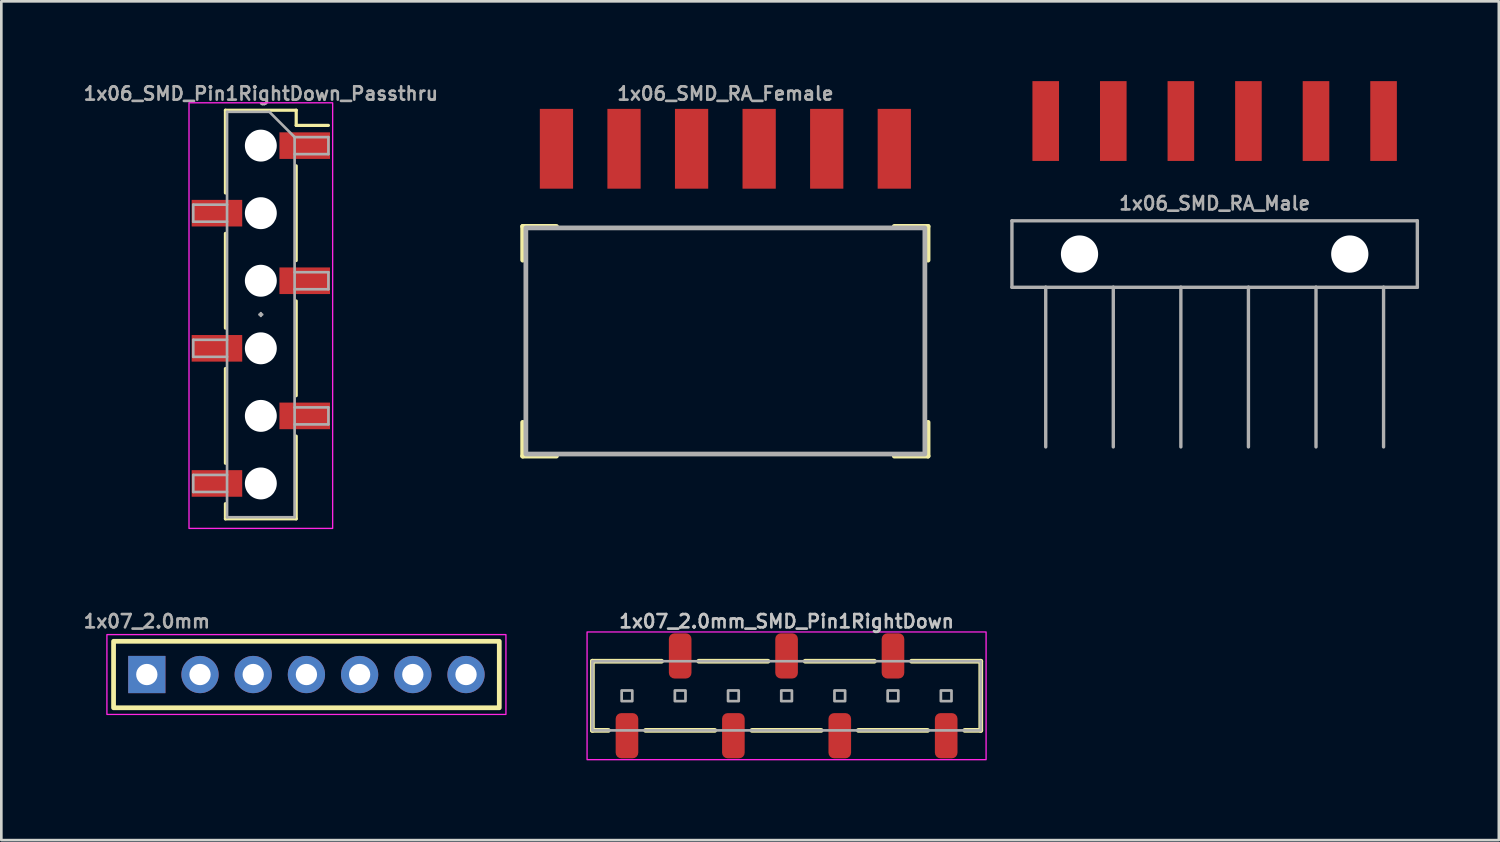
<source format=kicad_pcb>
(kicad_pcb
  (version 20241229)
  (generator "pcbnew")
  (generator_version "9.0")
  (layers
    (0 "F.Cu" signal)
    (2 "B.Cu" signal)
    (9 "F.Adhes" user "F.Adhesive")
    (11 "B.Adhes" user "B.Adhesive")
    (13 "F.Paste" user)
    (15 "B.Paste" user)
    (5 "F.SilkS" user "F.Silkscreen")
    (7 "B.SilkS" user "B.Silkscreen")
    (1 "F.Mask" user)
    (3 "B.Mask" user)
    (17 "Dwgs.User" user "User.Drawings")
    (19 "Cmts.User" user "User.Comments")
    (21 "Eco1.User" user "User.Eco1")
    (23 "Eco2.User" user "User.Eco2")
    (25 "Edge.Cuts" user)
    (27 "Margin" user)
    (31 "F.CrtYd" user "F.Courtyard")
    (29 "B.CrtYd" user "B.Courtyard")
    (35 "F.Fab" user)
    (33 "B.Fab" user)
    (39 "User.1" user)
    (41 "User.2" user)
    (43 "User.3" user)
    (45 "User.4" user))
  (footprint "1x07_2.0mm"
    (layer "F.Cu")
    (at 2.469 22.307)
    (property "Reference" "1x07_2.0mm" (at 0 -2 0) (unlocked yes) (layer "F.Fab") (effects (font (size 0.5 0.5) (thickness 0.1))))
    (fp_rect (start -1.25 -1.25) (end 13.25 1.25) (stroke (width 0.178) (type default)) (fill no) (layer "F.SilkS"))
    (fp_rect (start -1.5 -1.5) (end 13.5 1.5) (stroke (width 0.05) (type default)) (fill no) (layer "F.CrtYd"))
    (pad "1" thru_hole rect (at 0 0) (size 1.4 1.4) (drill 0.8) (layers "*.Cu" "*.Mask"))
    (pad "2" thru_hole circle (at 2 0) (size 1.4 1.4) (drill 0.8) (layers "*.Cu" "*.Mask"))
    (pad "3" thru_hole circle (at 4 0) (size 1.4 1.4) (drill 0.8) (layers "*.Cu" "*.Mask"))
    (pad "4" thru_hole circle (at 6 0) (size 1.4 1.4) (drill 0.8) (layers "*.Cu" "*.Mask"))
    (pad "5" thru_hole circle (at 8 0) (size 1.4 1.4) (drill 0.8) (layers "*.Cu" "*.Mask"))
    (pad "6" thru_hole circle (at 10 0) (size 1.4 1.4) (drill 0.8) (layers "*.Cu" "*.Mask"))
    (pad "7" thru_hole circle (at 12 0) (size 1.4 1.4) (drill 0.8) (layers "*.Cu" "*.Mask")))
  (footprint "1x06_SMD_RA_Male"
    (layer "F.Cu")
    (at 42.611 6.5)
    (property "Reference" "1x06_SMD_RA_Male" (at 0 -1.905 0) (layer "F.Fab") (effects (font (size 0.5 0.5) (thickness 0.1))))
    (fp_line (start -7.62 -1.25) (end -7.62 1.25) (stroke (width 0.127) (type solid)) (layer "F.Fab"))
    (fp_line (start -7.62 1.25) (end -6.35 1.25) (stroke (width 0.127) (type solid)) (layer "F.Fab"))
    (fp_line (start -6.35 1.25) (end -6.35 7.25) (stroke (width 0.127) (type solid)) (layer "F.Fab"))
    (fp_line (start -6.35 1.25) (end -3.81 1.25) (stroke (width 0.127) (type solid)) (layer "F.Fab"))
    (fp_line (start -3.81 1.25) (end -3.81 7.25) (stroke (width 0.127) (type solid)) (layer "F.Fab"))
    (fp_line (start -3.81 1.25) (end -1.27 1.25) (stroke (width 0.127) (type solid)) (layer "F.Fab"))
    (fp_line (start -1.27 1.25) (end -1.27 7.25) (stroke (width 0.127) (type solid)) (layer "F.Fab"))
    (fp_line (start -1.27 1.25) (end 1.27 1.25) (stroke (width 0.127) (type solid)) (layer "F.Fab"))
    (fp_line (start 1.27 1.25) (end 1.27 7.25) (stroke (width 0.127) (type solid)) (layer "F.Fab"))
    (fp_line (start 1.27 1.25) (end 3.81 1.25) (stroke (width 0.127) (type solid)) (layer "F.Fab"))
    (fp_line (start 3.81 1.25) (end 3.81 7.25) (stroke (width 0.127) (type solid)) (layer "F.Fab"))
    (fp_line (start 3.81 1.25) (end 6.35 1.25) (stroke (width 0.127) (type solid)) (layer "F.Fab"))
    (fp_line (start 6.35 1.25) (end 6.35 7.25) (stroke (width 0.127) (type solid)) (layer "F.Fab"))
    (fp_line (start 6.35 1.25) (end 7.62 1.25) (stroke (width 0.127) (type solid)) (layer "F.Fab"))
    (fp_line (start 7.62 -1.25) (end -7.62 -1.25) (stroke (width 0.127) (type solid)) (layer "F.Fab"))
    (fp_line (start 7.62 1.25) (end 7.62 -1.25) (stroke (width 0.127) (type solid)) (layer "F.Fab"))
    (pad "" np_thru_hole circle (at -5.08 0) (size 1.4 1.4) (drill 1.4) (layers "*.Cu" "*.Mask"))
    (pad "" np_thru_hole circle (at 5.08 0) (size 1.4 1.4) (drill 1.4) (layers "*.Cu" "*.Mask"))
    (pad "1" smd rect (at -6.35 -5 90) (size 3 1) (layers "F.Cu" "F.Mask" "F.Paste"))
    (pad "2" smd rect (at -3.81 -5 90) (size 3 1) (layers "F.Cu" "F.Mask" "F.Paste"))
    (pad "3" smd rect (at -1.27 -5 90) (size 3 1) (layers "F.Cu" "F.Mask" "F.Paste"))
    (pad "4" smd rect (at 1.27 -5 90) (size 3 1) (layers "F.Cu" "F.Mask" "F.Paste"))
    (pad "5" smd rect (at 3.81 -5 90) (size 3 1) (layers "F.Cu" "F.Mask" "F.Paste"))
    (pad "6" smd rect (at 6.35 -5 90) (size 3 1) (layers "F.Cu" "F.Mask" "F.Paste")))
  (footprint "1x06_SMD_RA_Female"
    (layer "F.Cu")
    (at 24.218 5.968)
    (property "Reference" "1x06_SMD_RA_Female" (at 0 -5.5 0) (unlocked yes) (layer "F.Fab") (effects (font (size 0.5 0.5) (thickness 0.1))))
    (fp_line (start -7.62 -0.508) (end -6.35 -0.508) (stroke (width 0.178) (type default)) (layer "F.SilkS"))
    (fp_line (start -7.62 0.762) (end -7.62 -0.508) (stroke (width 0.178) (type default)) (layer "F.SilkS"))
    (fp_line (start -7.62 8.128) (end -7.62 6.858) (stroke (width 0.178) (type default)) (layer "F.SilkS"))
    (fp_line (start -6.35 8.128) (end -7.62 8.128) (stroke (width 0.178) (type default)) (layer "F.SilkS"))
    (fp_line (start 6.35 -0.508) (end 7.62 -0.508) (stroke (width 0.178) (type default)) (layer "F.SilkS"))
    (fp_line (start 7.62 -0.508) (end 7.62 0.762) (stroke (width 0.178) (type default)) (layer "F.SilkS"))
    (fp_line (start 7.62 6.858) (end 7.62 8.128) (stroke (width 0.178) (type default)) (layer "F.SilkS"))
    (fp_line (start 7.62 8.128) (end 6.35 8.128) (stroke (width 0.178) (type default)) (layer "F.SilkS"))
    (fp_rect (start -7.5 -0.45) (end 7.5 8.05) (stroke (width 0.178) (type default)) (fill no) (layer "F.Fab"))
    (pad "1" smd rect (at 6.35 -3.425 180) (size 1.25 3) (layers "F.Cu" "F.Mask" "F.Paste"))
    (pad "2" smd rect (at 3.81 -3.425 180) (size 1.25 3) (layers "F.Cu" "F.Mask" "F.Paste"))
    (pad "3" smd rect (at 1.27 -3.425 180) (size 1.25 3) (layers "F.Cu" "F.Mask" "F.Paste"))
    (pad "4" smd rect (at -1.27 -3.425 180) (size 1.25 3) (layers "F.Cu" "F.Mask" "F.Paste"))
    (pad "5" smd rect (at -3.81 -3.425 180) (size 1.25 3) (layers "F.Cu" "F.Mask" "F.Paste"))
    (pad "6" smd rect (at -6.35 -3.425 180) (size 1.25 3) (layers "F.Cu" "F.Mask" "F.Paste")))
  (footprint "1x06_SMD_Pin1RightDown_Passthru"
    (layer "F.Cu")
    (at 6.755 8.774)
    (property "Reference" "1x06_SMD_Pin1RightDown_Passthru" (at 0 -8.306 0) (layer "F.Fab") (effects (font (size 0.5 0.5) (thickness 0.1))))
    (attr smd)
    (fp_line (start -1.33 -7.68) (end -1.33 -4.57) (stroke (width 0.12) (type solid)) (layer "F.SilkS"))
    (fp_line (start -1.33 -7.68) (end 1.33 -7.68) (stroke (width 0.12) (type solid)) (layer "F.SilkS"))
    (fp_line (start -1.33 -3.05) (end -1.33 0.51) (stroke (width 0.12) (type solid)) (layer "F.SilkS"))
    (fp_line (start -1.33 2.03) (end -1.33 5.59) (stroke (width 0.12) (type solid)) (layer "F.SilkS"))
    (fp_line (start -1.33 7.11) (end -1.33 7.68) (stroke (width 0.12) (type solid)) (layer "F.SilkS"))
    (fp_line (start -1.33 7.68) (end 1.33 7.68) (stroke (width 0.12) (type solid)) (layer "F.SilkS"))
    (fp_line (start 1.33 -7.68) (end 1.33 -7.11) (stroke (width 0.12) (type solid)) (layer "F.SilkS"))
    (fp_line (start 1.33 -7.11) (end 2.54 -7.11) (stroke (width 0.12) (type solid)) (layer "F.SilkS"))
    (fp_line (start 1.33 -5.59) (end 1.33 -2.03) (stroke (width 0.12) (type solid)) (layer "F.SilkS"))
    (fp_line (start 1.33 -0.51) (end 1.33 3.05) (stroke (width 0.12) (type solid)) (layer "F.SilkS"))
    (fp_line (start 1.33 4.57) (end 1.33 7.68) (stroke (width 0.12) (type solid)) (layer "F.SilkS"))
    (fp_rect (start -2.7 -7.96) (end 2.7 8.04) (stroke (width 0.05) (type default)) (fill no) (layer "F.CrtYd"))
    (fp_line (start -2.54 -4.13) (end -2.54 -3.49) (stroke (width 0.1) (type solid)) (layer "F.Fab"))
    (fp_line (start -2.54 -3.49) (end -1.27 -3.49) (stroke (width 0.1) (type solid)) (layer "F.Fab"))
    (fp_line (start -2.54 0.95) (end -2.54 1.59) (stroke (width 0.1) (type solid)) (layer "F.Fab"))
    (fp_line (start -2.54 1.59) (end -1.27 1.59) (stroke (width 0.1) (type solid)) (layer "F.Fab"))
    (fp_line (start -2.54 6.03) (end -2.54 6.67) (stroke (width 0.1) (type solid)) (layer "F.Fab"))
    (fp_line (start -2.54 6.67) (end -1.27 6.67) (stroke (width 0.1) (type solid)) (layer "F.Fab"))
    (fp_line (start -1.27 -7.62) (end -1.27 7.62) (stroke (width 0.1) (type solid)) (layer "F.Fab"))
    (fp_line (start -1.27 -7.62) (end 0.32 -7.62) (stroke (width 0.1) (type solid)) (layer "F.Fab"))
    (fp_line (start -1.27 -4.13) (end -2.54 -4.13) (stroke (width 0.1) (type solid)) (layer "F.Fab"))
    (fp_line (start -1.27 0.95) (end -2.54 0.95) (stroke (width 0.1) (type solid)) (layer "F.Fab"))
    (fp_line (start -1.27 6.03) (end -2.54 6.03) (stroke (width 0.1) (type solid)) (layer "F.Fab"))
    (fp_line (start 0 -0.051) (end 0 0.051) (stroke (width 0.1) (type default)) (layer "F.Fab"))
    (fp_line (start 0.051 0) (end -0.051 0) (stroke (width 0.1) (type default)) (layer "F.Fab"))
    (fp_line (start 1.27 -6.67) (end 0.32 -7.62) (stroke (width 0.1) (type solid)) (layer "F.Fab"))
    (fp_line (start 1.27 -6.67) (end 2.54 -6.67) (stroke (width 0.1) (type solid)) (layer "F.Fab"))
    (fp_line (start 1.27 -1.59) (end 2.54 -1.59) (stroke (width 0.1) (type solid)) (layer "F.Fab"))
    (fp_line (start 1.27 3.49) (end 2.54 3.49) (stroke (width 0.1) (type solid)) (layer "F.Fab"))
    (fp_line (start 1.27 7.62) (end -1.27 7.62) (stroke (width 0.1) (type solid)) (layer "F.Fab"))
    (fp_line (start 1.27 7.62) (end 1.27 -6.67) (stroke (width 0.1) (type solid)) (layer "F.Fab"))
    (fp_line (start 2.54 -6.67) (end 2.54 -6.03) (stroke (width 0.1) (type solid)) (layer "F.Fab"))
    (fp_line (start 2.54 -6.03) (end 1.27 -6.03) (stroke (width 0.1) (type solid)) (layer "F.Fab"))
    (fp_line (start 2.54 -1.59) (end 2.54 -0.95) (stroke (width 0.1) (type solid)) (layer "F.Fab"))
    (fp_line (start 2.54 -0.95) (end 1.27 -0.95) (stroke (width 0.1) (type solid)) (layer "F.Fab"))
    (fp_line (start 2.54 3.49) (end 2.54 4.13) (stroke (width 0.1) (type solid)) (layer "F.Fab"))
    (fp_line (start 2.54 4.13) (end 1.27 4.13) (stroke (width 0.1) (type solid)) (layer "F.Fab"))
    (pad "" np_thru_hole circle (at 0 -6.35) (size 1.2 1.2) (drill 1.2) (layers "*.Cu" "*.Mask"))
    (pad "" np_thru_hole circle (at 0 -3.81) (size 1.2 1.2) (drill 1.2) (layers "*.Cu" "*.Mask"))
    (pad "" np_thru_hole circle (at 0 -1.27) (size 1.2 1.2) (drill 1.2) (layers "*.Cu" "*.Mask"))
    (pad "" np_thru_hole circle (at 0 1.27) (size 1.2 1.2) (drill 1.2) (layers "*.Cu" "*.Mask"))
    (pad "" np_thru_hole circle (at 0 3.81) (size 1.2 1.2) (drill 1.2) (layers "*.Cu" "*.Mask"))
    (pad "" np_thru_hole circle (at 0 6.35) (size 1.2 1.2) (drill 1.2) (layers "*.Cu" "*.Mask"))
    (pad "1" smd rect (at 1.65 -6.35) (size 1.9 1) (layers "F.Cu" "F.Mask" "F.Paste"))
    (pad "2" smd rect (at -1.65 -3.81) (size 1.9 1) (layers "F.Cu" "F.Mask" "F.Paste"))
    (pad "3" smd rect (at 1.65 -1.27) (size 1.9 1) (layers "F.Cu" "F.Mask" "F.Paste"))
    (pad "4" smd rect (at -1.65 1.27) (size 1.9 1) (layers "F.Cu" "F.Mask" "F.Paste"))
    (pad "5" smd rect (at 1.65 3.81) (size 1.9 1) (layers "F.Cu" "F.Mask" "F.Paste"))
    (pad "6" smd rect (at -1.65 6.35) (size 1.9 1) (layers "F.Cu" "F.Mask" "F.Paste")))
  (footprint "1x07_2.0mm_SMD_Pin1RightDown"
    (layer "F.Cu")
    (at 26.519 23.107)
    (property "Reference" "1x07_2.0mm_SMD_Pin1RightDown" (at 0 -2.8 0) (unlocked yes) (layer "Dwgs.User") (effects (font (size 0.5 0.5) (thickness 0.1))))
    (attr smd)
    (fp_line (start -7.3 -1.3) (end -7.3 1.3) (stroke (width 0.178) (type default)) (layer "F.SilkS"))
    (fp_line (start -7.3 1.3) (end -6.7 1.3) (stroke (width 0.178) (type default)) (layer "F.SilkS"))
    (fp_line (start -5.3 1.3) (end -2.7 1.3) (stroke (width 0.178) (type default)) (layer "F.SilkS"))
    (fp_line (start -4.7 -1.3) (end -7.3 -1.3) (stroke (width 0.178) (type default)) (layer "F.SilkS"))
    (fp_line (start -3.3 -1.3) (end -0.7 -1.3) (stroke (width 0.178) (type default)) (layer "F.SilkS"))
    (fp_line (start -1.3 1.3) (end 1.3 1.3) (stroke (width 0.178) (type default)) (layer "F.SilkS"))
    (fp_line (start 0.7 -1.3) (end 3.3 -1.3) (stroke (width 0.178) (type default)) (layer "F.SilkS"))
    (fp_line (start 2.7 1.3) (end 5.3 1.3) (stroke (width 0.178) (type default)) (layer "F.SilkS"))
    (fp_line (start 4.7 -1.3) (end 7.3 -1.3) (stroke (width 0.178) (type default)) (layer "F.SilkS"))
    (fp_line (start 7.3 -1.3) (end 7.3 1.3) (stroke (width 0.178) (type default)) (layer "F.SilkS"))
    (fp_line (start 7.3 1.3) (end 6.7 1.3) (stroke (width 0.178) (type default)) (layer "F.SilkS"))
    (fp_rect (start -7.5 -2.4) (end 7.5 2.4) (stroke (width 0.05) (type default)) (fill no) (layer "F.CrtYd"))
    (fp_rect (start -7.3 -1.3) (end 7.3 1.3) (stroke (width 0.1) (type default)) (fill no) (layer "F.Fab"))
    (fp_rect (start -6.2 -0.2) (end -5.8 0.2) (stroke (width 0.102) (type solid)) (fill no) (layer "F.Fab"))
    (fp_rect (start -4.2 -0.2) (end -3.8 0.2) (stroke (width 0.102) (type solid)) (fill no) (layer "F.Fab"))
    (fp_rect (start -2.2 -0.2) (end -1.8 0.2) (stroke (width 0.102) (type solid)) (fill no) (layer "F.Fab"))
    (fp_rect (start -0.2 -0.2) (end 0.2 0.2) (stroke (width 0.102) (type solid)) (fill no) (layer "F.Fab"))
    (fp_rect (start 1.8 -0.2) (end 2.2 0.2) (stroke (width 0.102) (type solid)) (fill no) (layer "F.Fab"))
    (fp_rect (start 3.8 -0.2) (end 4.2 0.2) (stroke (width 0.102) (type solid)) (fill no) (layer "F.Fab"))
    (fp_rect (start 5.8 -0.2) (end 6.2 0.2) (stroke (width 0.102) (type solid)) (fill no) (layer "F.Fab"))
    (pad "1" smd roundrect (at 6 1.5) (size 0.85 1.7) (layers "F.Cu" "F.Mask" "F.Paste") (roundrect_rratio 0.25))
    (pad "2" smd roundrect (at 4 -1.5) (size 0.85 1.7) (layers "F.Cu" "F.Mask" "F.Paste") (roundrect_rratio 0.25))
    (pad "3" smd roundrect (at 2 1.5) (size 0.85 1.7) (layers "F.Cu" "F.Mask" "F.Paste") (roundrect_rratio 0.25))
    (pad "4" smd roundrect (at 0 -1.5) (size 0.85 1.7) (layers "F.Cu" "F.Mask" "F.Paste") (roundrect_rratio 0.25))
    (pad "5" smd roundrect (at -2 1.5) (size 0.85 1.7) (layers "F.Cu" "F.Mask" "F.Paste") (roundrect_rratio 0.25))
    (pad "6" smd roundrect (at -4 -1.5) (size 0.85 1.7) (layers "F.Cu" "F.Mask" "F.Paste") (roundrect_rratio 0.25))
    (pad "7" smd roundrect (at -6 1.5) (size 0.85 1.7) (layers "F.Cu" "F.Mask" "F.Paste") (roundrect_rratio 0.25)))
  (gr_rect
    (start -3 -3)
    (end 53.294 28.532)
    (stroke (width 0.1) (type default))
    (fill no)
    (layer "Edge.Cuts")))
</source>
